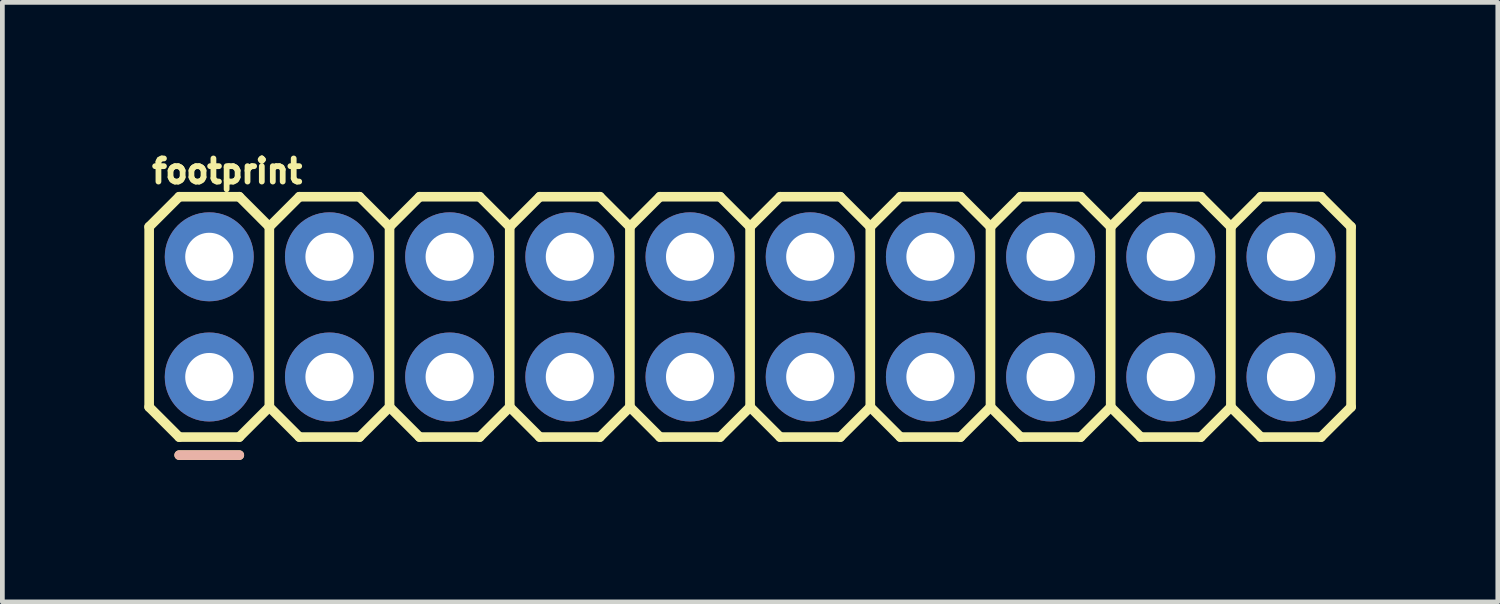
<source format=kicad_pcb>
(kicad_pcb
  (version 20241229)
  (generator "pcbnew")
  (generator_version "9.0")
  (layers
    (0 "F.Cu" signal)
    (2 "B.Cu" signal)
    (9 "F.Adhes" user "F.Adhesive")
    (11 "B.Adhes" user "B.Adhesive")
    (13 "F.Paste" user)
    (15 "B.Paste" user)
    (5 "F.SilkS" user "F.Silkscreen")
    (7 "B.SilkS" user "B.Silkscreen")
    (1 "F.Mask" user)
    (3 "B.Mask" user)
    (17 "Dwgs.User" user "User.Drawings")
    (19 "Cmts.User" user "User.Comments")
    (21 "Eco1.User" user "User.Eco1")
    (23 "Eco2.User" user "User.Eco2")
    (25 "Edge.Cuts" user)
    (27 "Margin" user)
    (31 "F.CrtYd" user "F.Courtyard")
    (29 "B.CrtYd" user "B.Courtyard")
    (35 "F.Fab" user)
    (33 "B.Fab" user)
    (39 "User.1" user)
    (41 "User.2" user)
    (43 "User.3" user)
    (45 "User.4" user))
  (footprint "footprint"
    (layer "F.Cu")
    (at 1.372 4.917)
    (property "Reference" "footprint" (at -1.27 -4.064 0) (layer "F.SilkS") (effects (font (size 0.488 0.488) (thickness 0.122)) (justify left bottom)))
    (fp_line (start -1.27 -3.175) (end -0.635 -3.81) (stroke (width 0.203) (type solid)) (layer "F.SilkS"))
    (fp_line (start -1.27 0.635) (end -1.27 -3.175) (stroke (width 0.203) (type solid)) (layer "F.SilkS"))
    (fp_line (start -1.27 0.635) (end -0.635 1.27) (stroke (width 0.203) (type solid)) (layer "F.SilkS"))
    (fp_line (start -0.635 -3.81) (end 0.635 -3.81) (stroke (width 0.203) (type solid)) (layer "F.SilkS"))
    (fp_line (start -0.635 1.27) (end 0.635 1.27) (stroke (width 0.203) (type solid)) (layer "F.SilkS"))
    (fp_line (start -0.635 1.651) (end 0.635 1.651) (stroke (width 0.203) (type solid)) (layer "F.SilkS"))
    (fp_line (start 0.635 -3.81) (end 1.27 -3.175) (stroke (width 0.203) (type solid)) (layer "F.SilkS"))
    (fp_line (start 0.635 1.27) (end 1.27 0.635) (stroke (width 0.203) (type solid)) (layer "F.SilkS"))
    (fp_line (start 1.27 -3.175) (end 1.27 0.635) (stroke (width 0.203) (type solid)) (layer "F.SilkS"))
    (fp_line (start 1.27 -3.175) (end 1.905 -3.81) (stroke (width 0.203) (type solid)) (layer "F.SilkS"))
    (fp_line (start 1.27 0.635) (end 1.905 1.27) (stroke (width 0.203) (type solid)) (layer "F.SilkS"))
    (fp_line (start 1.905 -3.81) (end 3.175 -3.81) (stroke (width 0.203) (type solid)) (layer "F.SilkS"))
    (fp_line (start 1.905 1.27) (end 3.175 1.27) (stroke (width 0.203) (type solid)) (layer "F.SilkS"))
    (fp_line (start 3.175 -3.81) (end 3.81 -3.175) (stroke (width 0.203) (type solid)) (layer "F.SilkS"))
    (fp_line (start 3.175 1.27) (end 3.81 0.635) (stroke (width 0.203) (type solid)) (layer "F.SilkS"))
    (fp_line (start 3.81 -3.175) (end 3.81 0.635) (stroke (width 0.203) (type solid)) (layer "F.SilkS"))
    (fp_line (start 3.81 -3.175) (end 4.445 -3.81) (stroke (width 0.203) (type solid)) (layer "F.SilkS"))
    (fp_line (start 3.81 0.635) (end 4.445 1.27) (stroke (width 0.203) (type solid)) (layer "F.SilkS"))
    (fp_line (start 4.445 -3.81) (end 5.715 -3.81) (stroke (width 0.203) (type solid)) (layer "F.SilkS"))
    (fp_line (start 4.445 1.27) (end 5.715 1.27) (stroke (width 0.203) (type solid)) (layer "F.SilkS"))
    (fp_line (start 5.715 -3.81) (end 6.35 -3.175) (stroke (width 0.203) (type solid)) (layer "F.SilkS"))
    (fp_line (start 5.715 1.27) (end 6.35 0.635) (stroke (width 0.203) (type solid)) (layer "F.SilkS"))
    (fp_line (start 6.35 -3.175) (end 6.35 0.635) (stroke (width 0.203) (type solid)) (layer "F.SilkS"))
    (fp_line (start 6.35 -3.175) (end 6.985 -3.81) (stroke (width 0.203) (type solid)) (layer "F.SilkS"))
    (fp_line (start 6.35 0.635) (end 6.985 1.27) (stroke (width 0.203) (type solid)) (layer "F.SilkS"))
    (fp_line (start 6.985 -3.81) (end 8.255 -3.81) (stroke (width 0.203) (type solid)) (layer "F.SilkS"))
    (fp_line (start 6.985 1.27) (end 8.255 1.27) (stroke (width 0.203) (type solid)) (layer "F.SilkS"))
    (fp_line (start 8.255 -3.81) (end 8.89 -3.175) (stroke (width 0.203) (type solid)) (layer "F.SilkS"))
    (fp_line (start 8.255 1.27) (end 8.89 0.635) (stroke (width 0.203) (type solid)) (layer "F.SilkS"))
    (fp_line (start 8.89 -3.175) (end 8.89 0.635) (stroke (width 0.203) (type solid)) (layer "F.SilkS"))
    (fp_line (start 8.89 -3.175) (end 9.525 -3.81) (stroke (width 0.203) (type solid)) (layer "F.SilkS"))
    (fp_line (start 8.89 0.635) (end 9.525 1.27) (stroke (width 0.203) (type solid)) (layer "F.SilkS"))
    (fp_line (start 9.525 -3.81) (end 10.795 -3.81) (stroke (width 0.203) (type solid)) (layer "F.SilkS"))
    (fp_line (start 9.525 1.27) (end 10.795 1.27) (stroke (width 0.203) (type solid)) (layer "F.SilkS"))
    (fp_line (start 10.795 -3.81) (end 11.43 -3.175) (stroke (width 0.203) (type solid)) (layer "F.SilkS"))
    (fp_line (start 10.795 1.27) (end 11.43 0.635) (stroke (width 0.203) (type solid)) (layer "F.SilkS"))
    (fp_line (start 11.43 -3.175) (end 11.43 0.635) (stroke (width 0.203) (type solid)) (layer "F.SilkS"))
    (fp_line (start 11.43 -3.175) (end 12.065 -3.81) (stroke (width 0.203) (type solid)) (layer "F.SilkS"))
    (fp_line (start 11.43 0.635) (end 12.065 1.27) (stroke (width 0.203) (type solid)) (layer "F.SilkS"))
    (fp_line (start 12.065 -3.81) (end 13.335 -3.81) (stroke (width 0.203) (type solid)) (layer "F.SilkS"))
    (fp_line (start 12.065 1.27) (end 13.335 1.27) (stroke (width 0.203) (type solid)) (layer "F.SilkS"))
    (fp_line (start 13.335 -3.81) (end 13.97 -3.175) (stroke (width 0.203) (type solid)) (layer "F.SilkS"))
    (fp_line (start 13.335 1.27) (end 13.97 0.635) (stroke (width 0.203) (type solid)) (layer "F.SilkS"))
    (fp_line (start 13.97 -3.175) (end 13.97 0.635) (stroke (width 0.203) (type solid)) (layer "F.SilkS"))
    (fp_line (start 13.97 -3.175) (end 14.605 -3.81) (stroke (width 0.203) (type solid)) (layer "F.SilkS"))
    (fp_line (start 13.97 0.635) (end 14.605 1.27) (stroke (width 0.203) (type solid)) (layer "F.SilkS"))
    (fp_line (start 14.605 -3.81) (end 15.875 -3.81) (stroke (width 0.203) (type solid)) (layer "F.SilkS"))
    (fp_line (start 14.605 1.27) (end 15.875 1.27) (stroke (width 0.203) (type solid)) (layer "F.SilkS"))
    (fp_line (start 15.875 -3.81) (end 16.51 -3.175) (stroke (width 0.203) (type solid)) (layer "F.SilkS"))
    (fp_line (start 16.51 -3.175) (end 16.51 0.635) (stroke (width 0.203) (type solid)) (layer "F.SilkS"))
    (fp_line (start 16.51 -3.175) (end 17.145 -3.81) (stroke (width 0.203) (type solid)) (layer "F.SilkS"))
    (fp_line (start 16.51 0.635) (end 15.875 1.27) (stroke (width 0.203) (type solid)) (layer "F.SilkS"))
    (fp_line (start 16.51 0.635) (end 17.145 1.27) (stroke (width 0.203) (type solid)) (layer "F.SilkS"))
    (fp_line (start 17.145 -3.81) (end 18.415 -3.81) (stroke (width 0.203) (type solid)) (layer "F.SilkS"))
    (fp_line (start 17.145 1.27) (end 18.415 1.27) (stroke (width 0.203) (type solid)) (layer "F.SilkS"))
    (fp_line (start 18.415 -3.81) (end 19.05 -3.175) (stroke (width 0.203) (type solid)) (layer "F.SilkS"))
    (fp_line (start 19.05 -3.175) (end 19.05 0.635) (stroke (width 0.203) (type solid)) (layer "F.SilkS"))
    (fp_line (start 19.05 -3.175) (end 19.685 -3.81) (stroke (width 0.203) (type solid)) (layer "F.SilkS"))
    (fp_line (start 19.05 0.635) (end 18.415 1.27) (stroke (width 0.203) (type solid)) (layer "F.SilkS"))
    (fp_line (start 19.05 0.635) (end 19.685 1.27) (stroke (width 0.203) (type solid)) (layer "F.SilkS"))
    (fp_line (start 19.685 -3.81) (end 20.955 -3.81) (stroke (width 0.203) (type solid)) (layer "F.SilkS"))
    (fp_line (start 19.685 1.27) (end 20.955 1.27) (stroke (width 0.203) (type solid)) (layer "F.SilkS"))
    (fp_line (start 20.955 -3.81) (end 21.59 -3.175) (stroke (width 0.203) (type solid)) (layer "F.SilkS"))
    (fp_line (start 21.59 -3.175) (end 21.59 0.635) (stroke (width 0.203) (type solid)) (layer "F.SilkS"))
    (fp_line (start 21.59 -3.175) (end 22.225 -3.81) (stroke (width 0.203) (type solid)) (layer "F.SilkS"))
    (fp_line (start 21.59 0.635) (end 20.955 1.27) (stroke (width 0.203) (type solid)) (layer "F.SilkS"))
    (fp_line (start 21.59 0.635) (end 22.225 1.27) (stroke (width 0.203) (type solid)) (layer "F.SilkS"))
    (fp_line (start 22.225 -3.81) (end 23.495 -3.81) (stroke (width 0.203) (type solid)) (layer "F.SilkS"))
    (fp_line (start 22.225 1.27) (end 23.495 1.27) (stroke (width 0.203) (type solid)) (layer "F.SilkS"))
    (fp_line (start 23.495 -3.81) (end 24.13 -3.175) (stroke (width 0.203) (type solid)) (layer "F.SilkS"))
    (fp_line (start 24.13 -3.175) (end 24.13 0.635) (stroke (width 0.203) (type solid)) (layer "F.SilkS"))
    (fp_line (start 24.13 0.635) (end 23.495 1.27) (stroke (width 0.203) (type solid)) (layer "F.SilkS"))
    (fp_line (start -0.635 1.651) (end 0.635 1.651) (stroke (width 0.203) (type solid)) (layer "B.SilkS"))
    (fp_poly (pts (xy -0.254 -2.286) (xy 0.254 -2.286) (xy 0.254 -2.794) (xy -0.254 -2.794)) (stroke (width 0.1) (type solid)) (fill no) (layer "F.Fab"))
    (fp_poly (pts (xy -0.254 0.254) (xy 0.254 0.254) (xy 0.254 -0.254) (xy -0.254 -0.254)) (stroke (width 0.1) (type solid)) (fill no) (layer "F.Fab"))
    (fp_poly (pts (xy 2.286 -2.286) (xy 2.794 -2.286) (xy 2.794 -2.794) (xy 2.286 -2.794)) (stroke (width 0.1) (type solid)) (fill no) (layer "F.Fab"))
    (fp_poly (pts (xy 2.286 0.254) (xy 2.794 0.254) (xy 2.794 -0.254) (xy 2.286 -0.254)) (stroke (width 0.1) (type solid)) (fill no) (layer "F.Fab"))
    (fp_poly (pts (xy 4.826 -2.286) (xy 5.334 -2.286) (xy 5.334 -2.794) (xy 4.826 -2.794)) (stroke (width 0.1) (type solid)) (fill no) (layer "F.Fab"))
    (fp_poly (pts (xy 4.826 0.254) (xy 5.334 0.254) (xy 5.334 -0.254) (xy 4.826 -0.254)) (stroke (width 0.1) (type solid)) (fill no) (layer "F.Fab"))
    (fp_poly (pts (xy 7.366 -2.286) (xy 7.874 -2.286) (xy 7.874 -2.794) (xy 7.366 -2.794)) (stroke (width 0.1) (type solid)) (fill no) (layer "F.Fab"))
    (fp_poly (pts (xy 7.366 0.254) (xy 7.874 0.254) (xy 7.874 -0.254) (xy 7.366 -0.254)) (stroke (width 0.1) (type solid)) (fill no) (layer "F.Fab"))
    (fp_poly (pts (xy 9.906 -2.286) (xy 10.414 -2.286) (xy 10.414 -2.794) (xy 9.906 -2.794)) (stroke (width 0.1) (type solid)) (fill no) (layer "F.Fab"))
    (fp_poly (pts (xy 9.906 0.254) (xy 10.414 0.254) (xy 10.414 -0.254) (xy 9.906 -0.254)) (stroke (width 0.1) (type solid)) (fill no) (layer "F.Fab"))
    (fp_poly (pts (xy 12.446 -2.286) (xy 12.954 -2.286) (xy 12.954 -2.794) (xy 12.446 -2.794)) (stroke (width 0.1) (type solid)) (fill no) (layer "F.Fab"))
    (fp_poly (pts (xy 12.446 0.254) (xy 12.954 0.254) (xy 12.954 -0.254) (xy 12.446 -0.254)) (stroke (width 0.1) (type solid)) (fill no) (layer "F.Fab"))
    (fp_poly (pts (xy 14.986 -2.286) (xy 15.494 -2.286) (xy 15.494 -2.794) (xy 14.986 -2.794)) (stroke (width 0.1) (type solid)) (fill no) (layer "F.Fab"))
    (fp_poly (pts (xy 14.986 0.254) (xy 15.494 0.254) (xy 15.494 -0.254) (xy 14.986 -0.254)) (stroke (width 0.1) (type solid)) (fill no) (layer "F.Fab"))
    (fp_poly (pts (xy 17.526 -2.286) (xy 18.034 -2.286) (xy 18.034 -2.794) (xy 17.526 -2.794)) (stroke (width 0.1) (type solid)) (fill no) (layer "F.Fab"))
    (fp_poly (pts (xy 17.526 0.254) (xy 18.034 0.254) (xy 18.034 -0.254) (xy 17.526 -0.254)) (stroke (width 0.1) (type solid)) (fill no) (layer "F.Fab"))
    (fp_poly (pts (xy 20.066 -2.286) (xy 20.574 -2.286) (xy 20.574 -2.794) (xy 20.066 -2.794)) (stroke (width 0.1) (type solid)) (fill no) (layer "F.Fab"))
    (fp_poly (pts (xy 20.066 0.254) (xy 20.574 0.254) (xy 20.574 -0.254) (xy 20.066 -0.254)) (stroke (width 0.1) (type solid)) (fill no) (layer "F.Fab"))
    (fp_poly (pts (xy 22.606 -2.286) (xy 23.114 -2.286) (xy 23.114 -2.794) (xy 22.606 -2.794)) (stroke (width 0.1) (type solid)) (fill no) (layer "F.Fab"))
    (fp_poly (pts (xy 22.606 0.254) (xy 23.114 0.254) (xy 23.114 -0.254) (xy 22.606 -0.254)) (stroke (width 0.1) (type solid)) (fill no) (layer "F.Fab"))
    (pad "1" thru_hole circle (at 0 0) (size 1.88 1.88) (drill 1.016) (layers "*.Cu" "*.Mask"))
    (pad "2" thru_hole circle (at 0 -2.54) (size 1.88 1.88) (drill 1.016) (layers "*.Cu" "*.Mask"))
    (pad "3" thru_hole circle (at 2.54 0) (size 1.88 1.88) (drill 1.016) (layers "*.Cu" "*.Mask"))
    (pad "4" thru_hole circle (at 2.54 -2.54) (size 1.88 1.88) (drill 1.016) (layers "*.Cu" "*.Mask"))
    (pad "5" thru_hole circle (at 5.08 0) (size 1.88 1.88) (drill 1.016) (layers "*.Cu" "*.Mask"))
    (pad "6" thru_hole circle (at 5.08 -2.54) (size 1.88 1.88) (drill 1.016) (layers "*.Cu" "*.Mask"))
    (pad "7" thru_hole circle (at 7.62 0) (size 1.88 1.88) (drill 1.016) (layers "*.Cu" "*.Mask"))
    (pad "8" thru_hole circle (at 7.62 -2.54) (size 1.88 1.88) (drill 1.016) (layers "*.Cu" "*.Mask"))
    (pad "9" thru_hole circle (at 10.16 0) (size 1.88 1.88) (drill 1.016) (layers "*.Cu" "*.Mask"))
    (pad "10" thru_hole circle (at 10.16 -2.54) (size 1.88 1.88) (drill 1.016) (layers "*.Cu" "*.Mask"))
    (pad "11" thru_hole circle (at 12.7 0) (size 1.88 1.88) (drill 1.016) (layers "*.Cu" "*.Mask"))
    (pad "12" thru_hole circle (at 12.7 -2.54) (size 1.88 1.88) (drill 1.016) (layers "*.Cu" "*.Mask"))
    (pad "13" thru_hole circle (at 15.24 0) (size 1.88 1.88) (drill 1.016) (layers "*.Cu" "*.Mask"))
    (pad "14" thru_hole circle (at 15.24 -2.54) (size 1.88 1.88) (drill 1.016) (layers "*.Cu" "*.Mask"))
    (pad "15" thru_hole circle (at 17.78 0) (size 1.88 1.88) (drill 1.016) (layers "*.Cu" "*.Mask"))
    (pad "16" thru_hole circle (at 17.78 -2.54) (size 1.88 1.88) (drill 1.016) (layers "*.Cu" "*.Mask"))
    (pad "17" thru_hole circle (at 20.32 0) (size 1.88 1.88) (drill 1.016) (layers "*.Cu" "*.Mask"))
    (pad "18" thru_hole circle (at 20.32 -2.54) (size 1.88 1.88) (drill 1.016) (layers "*.Cu" "*.Mask"))
    (pad "19" thru_hole circle (at 22.86 0) (size 1.88 1.88) (drill 1.016) (layers "*.Cu" "*.Mask"))
    (pad "20" thru_hole circle (at 22.86 -2.54) (size 1.88 1.88) (drill 1.016) (layers "*.Cu" "*.Mask")))
  (gr_rect
    (start -3 -3)
    (end 28.603 9.67)
    (stroke (width 0.1) (type default))
    (fill no)
    (layer "Edge.Cuts")))
</source>
